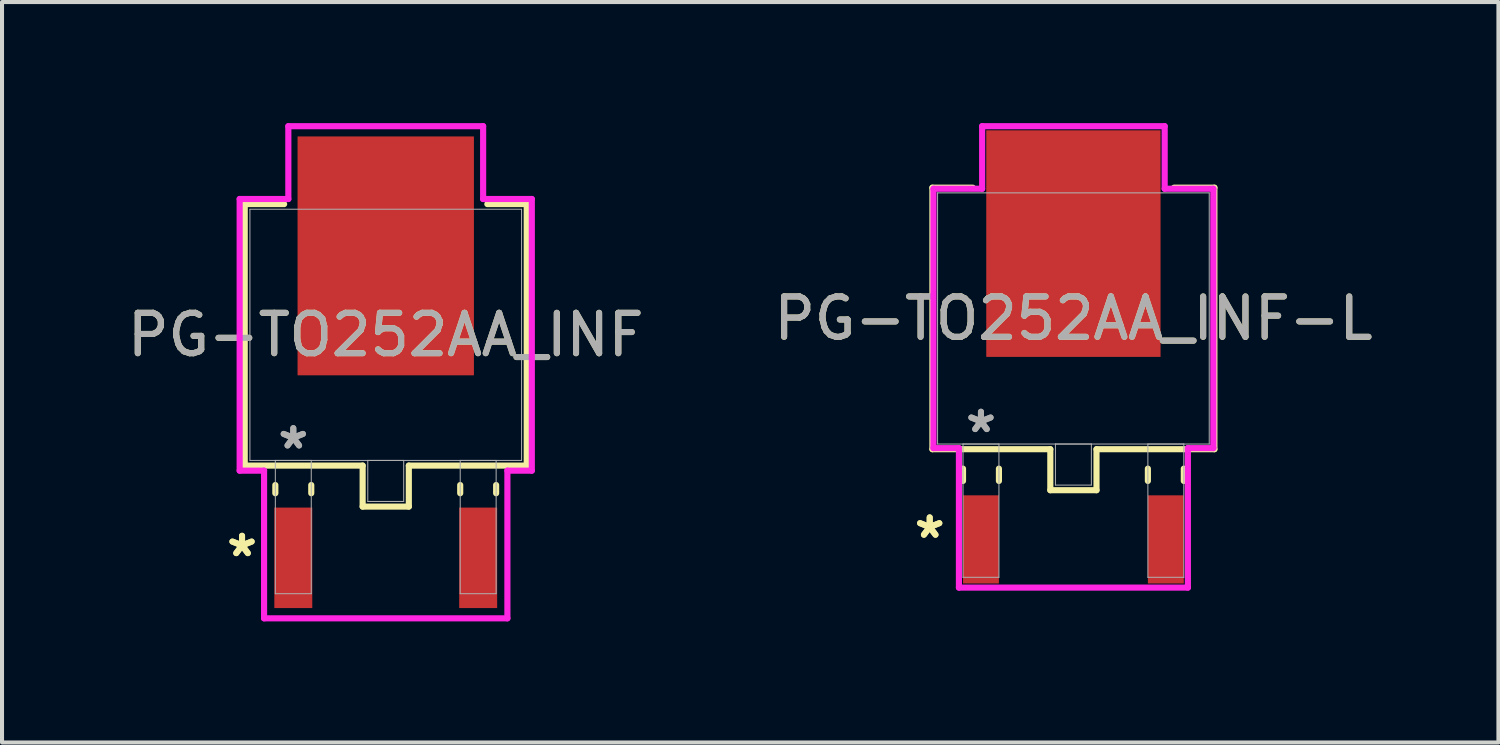
<source format=kicad_pcb>
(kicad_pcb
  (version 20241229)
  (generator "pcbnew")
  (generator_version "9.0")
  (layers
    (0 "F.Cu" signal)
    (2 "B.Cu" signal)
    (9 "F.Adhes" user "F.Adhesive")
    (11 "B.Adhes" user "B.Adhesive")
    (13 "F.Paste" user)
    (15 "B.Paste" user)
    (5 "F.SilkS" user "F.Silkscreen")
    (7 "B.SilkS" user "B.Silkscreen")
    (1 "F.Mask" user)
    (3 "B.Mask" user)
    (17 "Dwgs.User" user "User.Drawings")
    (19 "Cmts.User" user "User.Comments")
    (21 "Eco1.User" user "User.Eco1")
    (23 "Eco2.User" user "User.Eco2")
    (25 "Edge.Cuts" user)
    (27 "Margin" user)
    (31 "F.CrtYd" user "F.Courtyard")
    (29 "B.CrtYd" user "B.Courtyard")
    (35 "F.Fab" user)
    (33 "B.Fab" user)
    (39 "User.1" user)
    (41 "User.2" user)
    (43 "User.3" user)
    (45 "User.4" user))
  (footprint "PG-TO252AA_INF-L"
    (layer "F.Cu")
    (at 23.542 4.839)
    (property "Reference" "PG-TO252AA_INF-L" (at 0 0 0) (unlocked yes) (layer "F.SilkS") (effects (font (size 1 1) (thickness 0.15))))
    (attr smd)
    (fp_line (start -3.493 -3.239) (end -3.493 3.239) (stroke (width 0.152) (type solid)) (layer "F.SilkS"))
    (fp_line (start -3.493 3.239) (end -0.572 3.239) (stroke (width 0.152) (type solid)) (layer "F.SilkS"))
    (fp_line (start -2.735 3.721) (end -2.735 4.026) (stroke (width 0.152) (type solid)) (layer "F.SilkS"))
    (fp_line (start -2.492 -3.239) (end -3.493 -3.239) (stroke (width 0.152) (type solid)) (layer "F.SilkS"))
    (fp_line (start -1.845 3.721) (end -1.845 4.026) (stroke (width 0.152) (type solid)) (layer "F.SilkS"))
    (fp_line (start -0.572 3.239) (end -0.572 4.255) (stroke (width 0.152) (type solid)) (layer "F.SilkS"))
    (fp_line (start -0.572 4.255) (end 0.572 4.255) (stroke (width 0.152) (type solid)) (layer "F.SilkS"))
    (fp_line (start 0.572 3.239) (end 3.493 3.239) (stroke (width 0.152) (type solid)) (layer "F.SilkS"))
    (fp_line (start 0.572 4.255) (end 0.572 3.239) (stroke (width 0.152) (type solid)) (layer "F.SilkS"))
    (fp_line (start 1.845 3.721) (end 1.845 4.026) (stroke (width 0.152) (type solid)) (layer "F.SilkS"))
    (fp_line (start 2.735 3.721) (end 2.735 4.026) (stroke (width 0.152) (type solid)) (layer "F.SilkS"))
    (fp_line (start 3.493 -3.239) (end 2.492 -3.239) (stroke (width 0.152) (type solid)) (layer "F.SilkS"))
    (fp_line (start 3.493 3.239) (end 3.493 -3.239) (stroke (width 0.152) (type solid)) (layer "F.SilkS"))
    (fp_line (start -3.467 -3.213) (end -2.261 -3.213) (stroke (width 0.152) (type solid)) (layer "F.CrtYd"))
    (fp_line (start -3.467 3.213) (end -3.467 -3.213) (stroke (width 0.152) (type solid)) (layer "F.CrtYd"))
    (fp_line (start -2.836 3.213) (end -3.467 3.213) (stroke (width 0.152) (type solid)) (layer "F.CrtYd"))
    (fp_line (start -2.836 6.668) (end -2.836 3.213) (stroke (width 0.152) (type solid)) (layer "F.CrtYd"))
    (fp_line (start -2.261 -4.763) (end 2.261 -4.763) (stroke (width 0.152) (type solid)) (layer "F.CrtYd"))
    (fp_line (start -2.261 -3.213) (end -2.261 -4.763) (stroke (width 0.152) (type solid)) (layer "F.CrtYd"))
    (fp_line (start 2.261 -4.763) (end 2.261 -3.213) (stroke (width 0.152) (type solid)) (layer "F.CrtYd"))
    (fp_line (start 2.261 -3.213) (end 3.467 -3.213) (stroke (width 0.152) (type solid)) (layer "F.CrtYd"))
    (fp_line (start 2.836 3.213) (end 2.836 6.668) (stroke (width 0.152) (type solid)) (layer "F.CrtYd"))
    (fp_line (start 2.836 6.668) (end -2.836 6.668) (stroke (width 0.152) (type solid)) (layer "F.CrtYd"))
    (fp_line (start 3.467 -3.213) (end 3.467 3.213) (stroke (width 0.152) (type solid)) (layer "F.CrtYd"))
    (fp_line (start 3.467 3.213) (end 2.836 3.213) (stroke (width 0.152) (type solid)) (layer "F.CrtYd"))
    (fp_line (start -3.365 -3.111) (end -3.365 3.111) (stroke (width 0.025) (type solid)) (layer "F.Fab"))
    (fp_line (start -3.365 3.111) (end 3.365 3.111) (stroke (width 0.025) (type solid)) (layer "F.Fab"))
    (fp_line (start -2.735 3.111) (end -2.735 6.413) (stroke (width 0.025) (type solid)) (layer "F.Fab"))
    (fp_line (start -2.735 6.413) (end -1.845 6.413) (stroke (width 0.025) (type solid)) (layer "F.Fab"))
    (fp_line (start -1.845 3.111) (end -2.735 3.111) (stroke (width 0.025) (type solid)) (layer "F.Fab"))
    (fp_line (start -1.845 6.413) (end -1.845 3.111) (stroke (width 0.025) (type solid)) (layer "F.Fab"))
    (fp_line (start -0.445 3.111) (end -0.445 4.128) (stroke (width 0.025) (type solid)) (layer "F.Fab"))
    (fp_line (start -0.445 4.128) (end 0.445 4.128) (stroke (width 0.025) (type solid)) (layer "F.Fab"))
    (fp_line (start 0.445 3.111) (end -0.445 3.111) (stroke (width 0.025) (type solid)) (layer "F.Fab"))
    (fp_line (start 0.445 4.128) (end 0.445 3.111) (stroke (width 0.025) (type solid)) (layer "F.Fab"))
    (fp_line (start 1.845 3.111) (end 1.845 6.413) (stroke (width 0.025) (type solid)) (layer "F.Fab"))
    (fp_line (start 1.845 6.413) (end 2.735 6.413) (stroke (width 0.025) (type solid)) (layer "F.Fab"))
    (fp_line (start 2.735 3.111) (end 1.845 3.111) (stroke (width 0.025) (type solid)) (layer "F.Fab"))
    (fp_line (start 2.735 6.413) (end 2.735 3.111) (stroke (width 0.025) (type solid)) (layer "F.Fab"))
    (fp_line (start 3.365 -3.111) (end -3.365 -3.111) (stroke (width 0.025) (type solid)) (layer "F.Fab"))
    (fp_line (start 3.365 3.111) (end 3.365 -3.111) (stroke (width 0.025) (type solid)) (layer "F.Fab"))
    (fp_text user "*" (at -3.56 5.474 0) (unlocked yes) (layer "F.SilkS") (effects (font (size 1 1) (thickness 0.15))))
    (fp_text user "*" (at -3.56 5.474 0) (layer "F.SilkS") (effects (font (size 1 1) (thickness 0.15))))
    (fp_text user "*" (at -2.29 2.857 0) (layer "F.Fab") (effects (font (size 1 1) (thickness 0.15))))
    (fp_text user "${REFERENCE}" (at 0 0 0) (unlocked yes) (layer "F.Fab") (effects (font (size 1 1) (thickness 0.15))))
    (fp_text user "*" (at -2.29 2.857 0) (unlocked yes) (layer "F.Fab") (effects (font (size 1 1) (thickness 0.15))))
    (pad "1" smd rect (at -2.29 5.474) (size 0.889 2.184) (layers "F.Cu" "F.Mask" "F.Paste"))
    (pad "2" smd rect (at 0 -1.854) (size 4.318 5.613) (layers "F.Cu" "F.Mask" "F.Paste"))
    (pad "3" smd rect (at 2.29 5.474) (size 0.889 2.184) (layers "F.Cu" "F.Mask" "F.Paste")))
  (footprint "PG-TO252AA_INF"
    (layer "F.Cu")
    (at 6.506 5.245)
    (property "Reference" "PG-TO252AA_INF" (at 0 0 0) (unlocked yes) (layer "F.SilkS") (effects (font (size 1 1) (thickness 0.15))))
    (attr smd)
    (fp_line (start -3.493 -3.239) (end -3.493 3.239) (stroke (width 0.152) (type solid)) (layer "F.SilkS"))
    (fp_line (start -3.493 3.239) (end -0.572 3.239) (stroke (width 0.152) (type solid)) (layer "F.SilkS"))
    (fp_line (start -2.735 3.721) (end -2.735 3.924) (stroke (width 0.152) (type solid)) (layer "F.SilkS"))
    (fp_line (start -2.517 -3.239) (end -3.493 -3.239) (stroke (width 0.152) (type solid)) (layer "F.SilkS"))
    (fp_line (start -1.845 3.721) (end -1.845 3.924) (stroke (width 0.152) (type solid)) (layer "F.SilkS"))
    (fp_line (start -0.572 3.239) (end -0.572 4.255) (stroke (width 0.152) (type solid)) (layer "F.SilkS"))
    (fp_line (start -0.572 4.255) (end 0.572 4.255) (stroke (width 0.152) (type solid)) (layer "F.SilkS"))
    (fp_line (start 0.572 3.239) (end 3.493 3.239) (stroke (width 0.152) (type solid)) (layer "F.SilkS"))
    (fp_line (start 0.572 4.255) (end 0.572 3.239) (stroke (width 0.152) (type solid)) (layer "F.SilkS"))
    (fp_line (start 1.845 3.721) (end 1.845 3.924) (stroke (width 0.152) (type solid)) (layer "F.SilkS"))
    (fp_line (start 2.735 3.721) (end 2.735 3.924) (stroke (width 0.152) (type solid)) (layer "F.SilkS"))
    (fp_line (start 3.493 -3.239) (end 2.517 -3.239) (stroke (width 0.152) (type solid)) (layer "F.SilkS"))
    (fp_line (start 3.493 3.239) (end 3.493 -3.239) (stroke (width 0.152) (type solid)) (layer "F.SilkS"))
    (fp_line (start -3.619 -3.365) (end -2.413 -3.365) (stroke (width 0.152) (type solid)) (layer "F.CrtYd"))
    (fp_line (start -3.619 3.365) (end -3.619 -3.365) (stroke (width 0.152) (type solid)) (layer "F.CrtYd"))
    (fp_line (start -3.014 3.365) (end -3.619 3.365) (stroke (width 0.152) (type solid)) (layer "F.CrtYd"))
    (fp_line (start -3.014 7.023) (end -3.014 3.365) (stroke (width 0.152) (type solid)) (layer "F.CrtYd"))
    (fp_line (start -2.413 -5.169) (end 2.413 -5.169) (stroke (width 0.152) (type solid)) (layer "F.CrtYd"))
    (fp_line (start -2.413 -3.365) (end -2.413 -5.169) (stroke (width 0.152) (type solid)) (layer "F.CrtYd"))
    (fp_line (start 2.413 -5.169) (end 2.413 -3.365) (stroke (width 0.152) (type solid)) (layer "F.CrtYd"))
    (fp_line (start 2.413 -3.365) (end 3.619 -3.365) (stroke (width 0.152) (type solid)) (layer "F.CrtYd"))
    (fp_line (start 3.014 3.365) (end 3.014 7.023) (stroke (width 0.152) (type solid)) (layer "F.CrtYd"))
    (fp_line (start 3.014 7.023) (end -3.014 7.023) (stroke (width 0.152) (type solid)) (layer "F.CrtYd"))
    (fp_line (start 3.619 -3.365) (end 3.619 3.365) (stroke (width 0.152) (type solid)) (layer "F.CrtYd"))
    (fp_line (start 3.619 3.365) (end 3.014 3.365) (stroke (width 0.152) (type solid)) (layer "F.CrtYd"))
    (fp_line (start -3.365 -3.111) (end -3.365 3.111) (stroke (width 0.025) (type solid)) (layer "F.Fab"))
    (fp_line (start -3.365 3.111) (end 3.365 3.111) (stroke (width 0.025) (type solid)) (layer "F.Fab"))
    (fp_line (start -2.735 3.111) (end -2.735 6.413) (stroke (width 0.025) (type solid)) (layer "F.Fab"))
    (fp_line (start -2.735 6.413) (end -1.845 6.413) (stroke (width 0.025) (type solid)) (layer "F.Fab"))
    (fp_line (start -1.845 3.111) (end -2.735 3.111) (stroke (width 0.025) (type solid)) (layer "F.Fab"))
    (fp_line (start -1.845 6.413) (end -1.845 3.111) (stroke (width 0.025) (type solid)) (layer "F.Fab"))
    (fp_line (start -0.445 3.111) (end -0.445 4.128) (stroke (width 0.025) (type solid)) (layer "F.Fab"))
    (fp_line (start -0.445 4.128) (end 0.445 4.128) (stroke (width 0.025) (type solid)) (layer "F.Fab"))
    (fp_line (start 0.445 3.111) (end -0.445 3.111) (stroke (width 0.025) (type solid)) (layer "F.Fab"))
    (fp_line (start 0.445 4.128) (end 0.445 3.111) (stroke (width 0.025) (type solid)) (layer "F.Fab"))
    (fp_line (start 1.845 3.111) (end 1.845 6.413) (stroke (width 0.025) (type solid)) (layer "F.Fab"))
    (fp_line (start 1.845 6.413) (end 2.735 6.413) (stroke (width 0.025) (type solid)) (layer "F.Fab"))
    (fp_line (start 2.735 3.111) (end 1.845 3.111) (stroke (width 0.025) (type solid)) (layer "F.Fab"))
    (fp_line (start 2.735 6.413) (end 2.735 3.111) (stroke (width 0.025) (type solid)) (layer "F.Fab"))
    (fp_line (start 3.365 -3.111) (end -3.365 -3.111) (stroke (width 0.025) (type solid)) (layer "F.Fab"))
    (fp_line (start 3.365 3.111) (end 3.365 -3.111) (stroke (width 0.025) (type solid)) (layer "F.Fab"))
    (fp_text user "*" (at -3.56 5.524 0) (layer "F.SilkS") (effects (font (size 1 1) (thickness 0.15))))
    (fp_text user "*" (at -3.56 5.524 0) (unlocked yes) (layer "F.SilkS") (effects (font (size 1 1) (thickness 0.15))))
    (fp_text user "${REFERENCE}" (at 0 0 0) (unlocked yes) (layer "F.Fab") (effects (font (size 1 1) (thickness 0.15))))
    (fp_text user "*" (at -2.29 2.857 0) (unlocked yes) (layer "F.Fab") (effects (font (size 1 1) (thickness 0.15))))
    (fp_text user "*" (at -2.29 2.857 0) (layer "F.Fab") (effects (font (size 1 1) (thickness 0.15))))
    (pad "1" smd rect (at -2.29 5.524) (size 0.94 2.489) (layers "F.Cu" "F.Mask" "F.Paste"))
    (pad "2" smd rect (at 0 -1.956) (size 4.369 5.918) (layers "F.Cu" "F.Mask" "F.Paste"))
    (pad "3" smd rect (at 2.29 5.524) (size 0.94 2.489) (layers "F.Cu" "F.Mask" "F.Paste")))
  (gr_rect
    (start -3 -3)
    (end 34.071 15.344)
    (stroke (width 0.1) (type default))
    (fill no)
    (layer "Edge.Cuts")))
</source>
